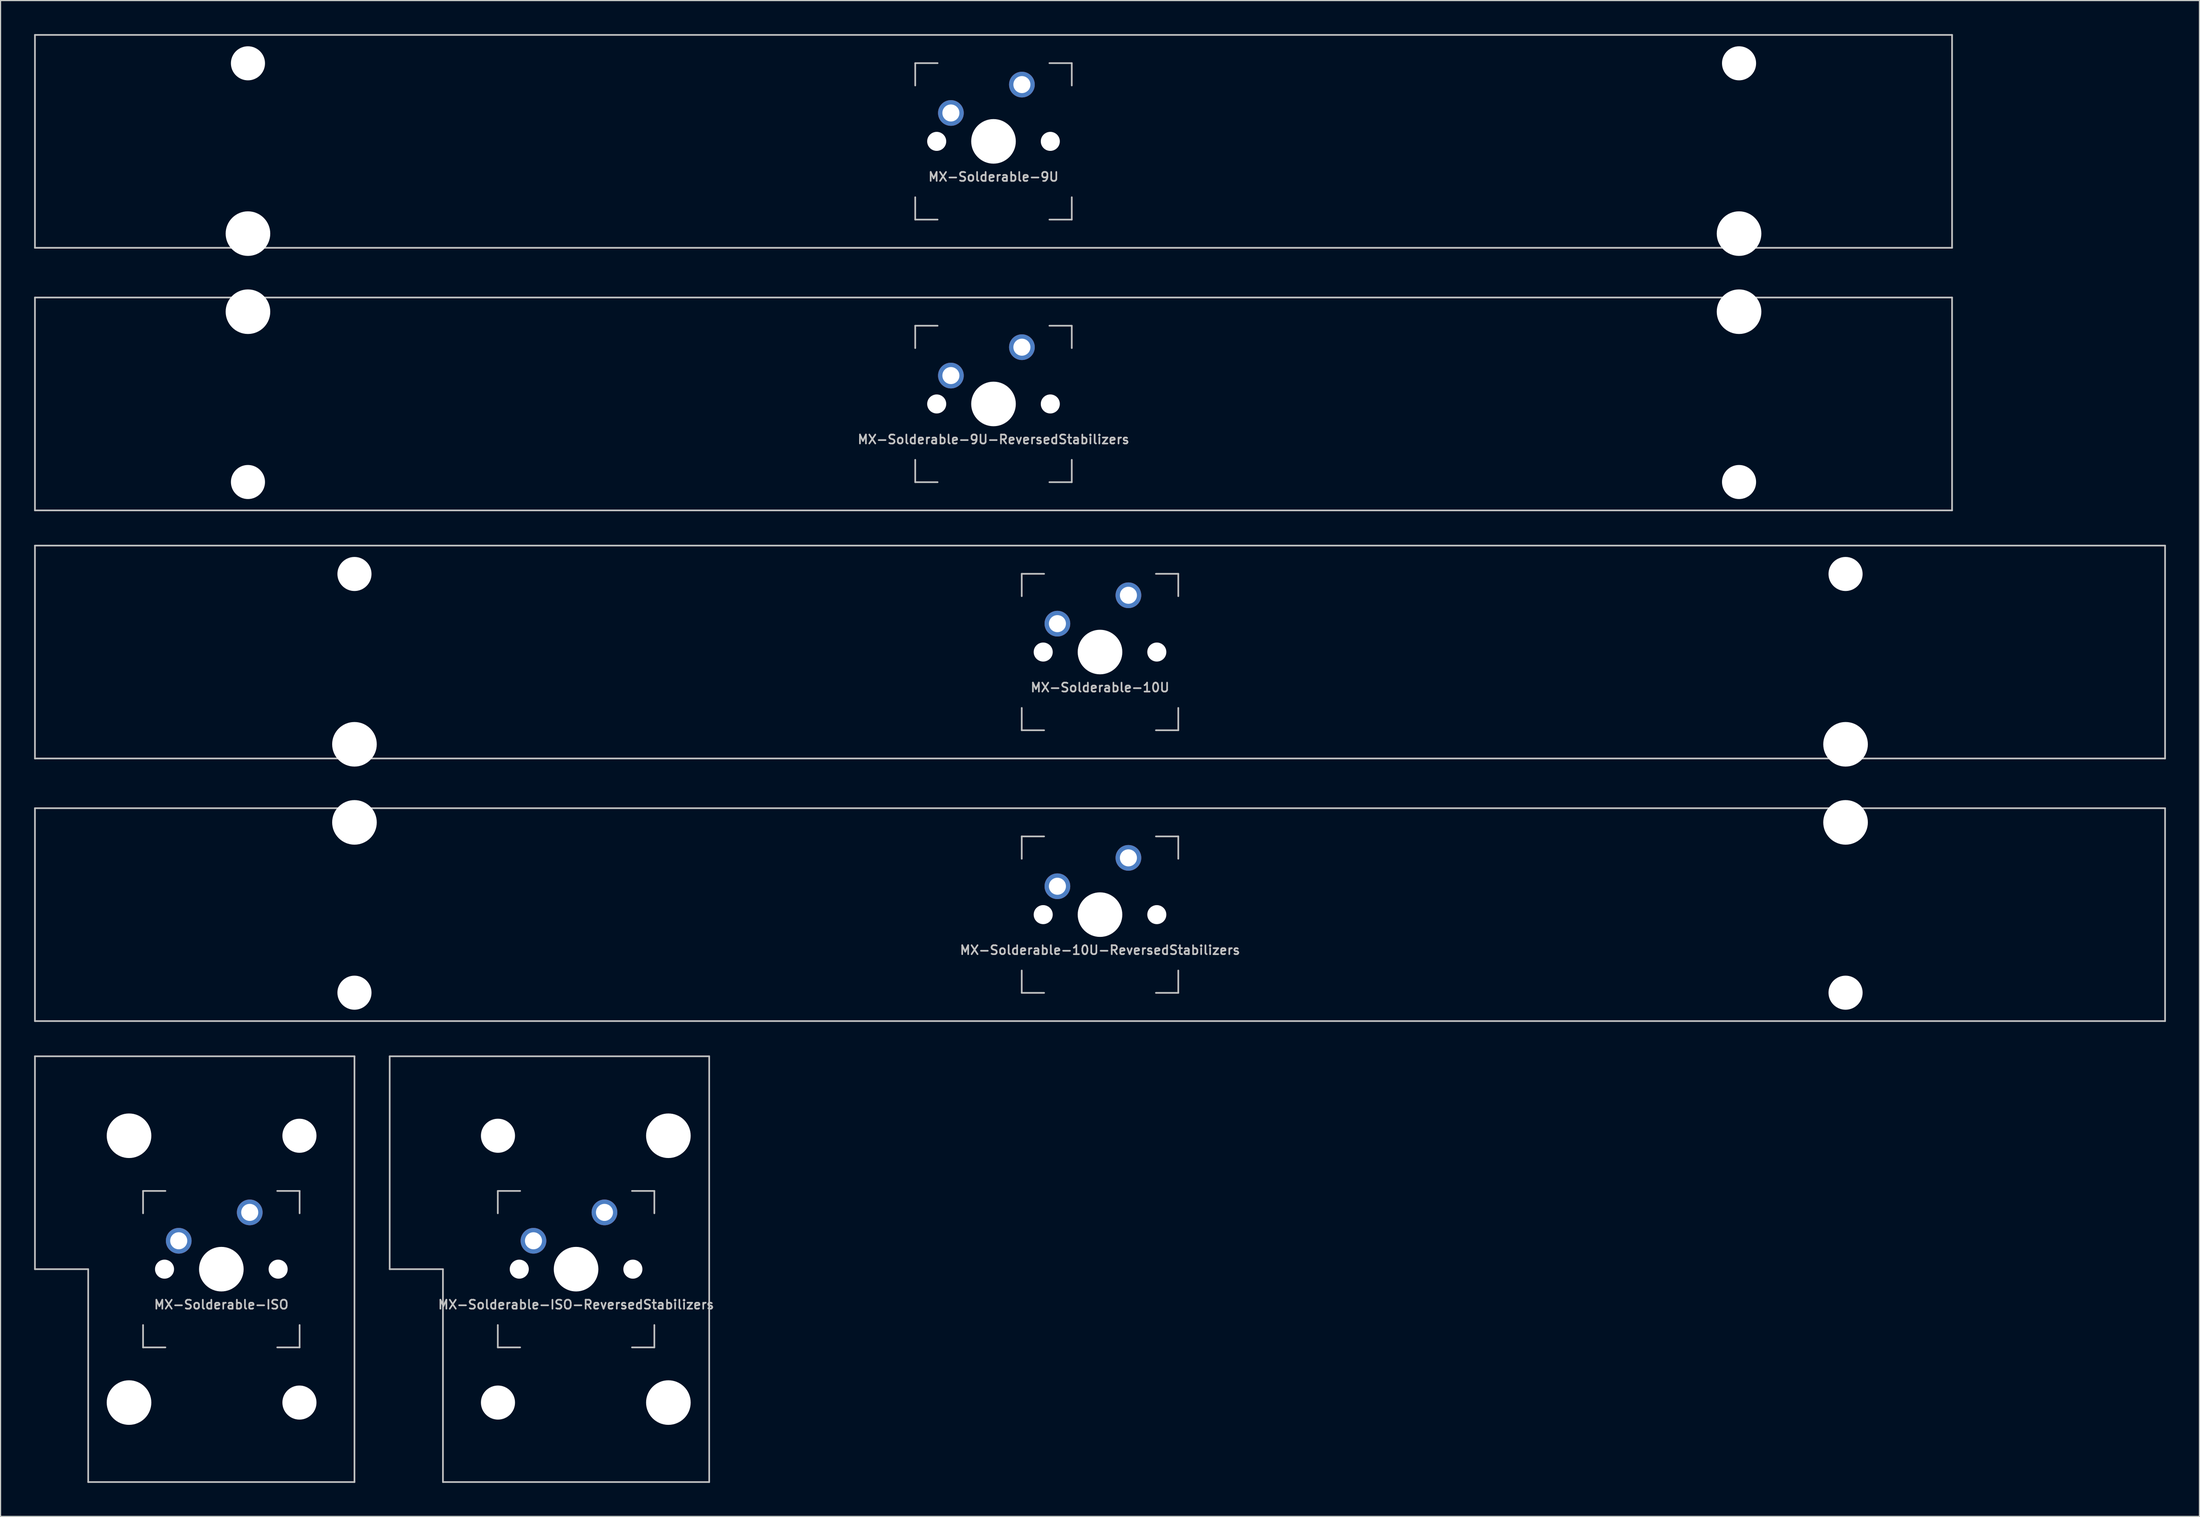
<source format=kicad_pcb>
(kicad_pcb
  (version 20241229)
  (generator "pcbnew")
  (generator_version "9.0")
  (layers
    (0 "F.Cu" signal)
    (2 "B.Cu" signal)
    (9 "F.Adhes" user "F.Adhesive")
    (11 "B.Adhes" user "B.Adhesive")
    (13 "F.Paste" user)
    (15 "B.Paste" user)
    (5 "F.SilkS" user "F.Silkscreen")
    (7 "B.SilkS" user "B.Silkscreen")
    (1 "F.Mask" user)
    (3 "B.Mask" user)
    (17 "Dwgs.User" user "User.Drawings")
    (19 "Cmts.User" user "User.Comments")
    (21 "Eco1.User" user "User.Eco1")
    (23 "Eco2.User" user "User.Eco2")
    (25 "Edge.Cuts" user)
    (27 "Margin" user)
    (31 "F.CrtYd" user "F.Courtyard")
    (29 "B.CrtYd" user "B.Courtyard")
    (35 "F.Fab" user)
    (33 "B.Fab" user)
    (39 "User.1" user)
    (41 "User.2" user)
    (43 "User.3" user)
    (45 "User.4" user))
  (footprint "MX-Solderable-9U-ReversedStabilizers"
    (layer "F.Cu")
    (at 85.8 33.098)
    (property "Reference" "MX-Solderable-9U-ReversedStabilizers" (at 0 3.175 0) (layer "Dwgs.User") (effects (font (size 0.8 0.8) (thickness 0.15))))
    (attr through_hole)
    (fp_line (start -85.725 9.525) (end -85.725 -9.525) (stroke (width 0.15) (type solid)) (layer "Dwgs.User"))
    (fp_line (start -7 -7) (end -7 -5) (stroke (width 0.15) (type solid)) (layer "Dwgs.User"))
    (fp_line (start -7 5) (end -7 7) (stroke (width 0.15) (type solid)) (layer "Dwgs.User"))
    (fp_line (start -7 7) (end -5 7) (stroke (width 0.15) (type solid)) (layer "Dwgs.User"))
    (fp_line (start -5 -7) (end -7 -7) (stroke (width 0.15) (type solid)) (layer "Dwgs.User"))
    (fp_line (start 5 -7) (end 7 -7) (stroke (width 0.15) (type solid)) (layer "Dwgs.User"))
    (fp_line (start 5 7) (end 7 7) (stroke (width 0.15) (type solid)) (layer "Dwgs.User"))
    (fp_line (start 7 -7) (end 7 -5) (stroke (width 0.15) (type solid)) (layer "Dwgs.User"))
    (fp_line (start 7 7) (end 7 5) (stroke (width 0.15) (type solid)) (layer "Dwgs.User"))
    (fp_line (start 85.725 -9.525) (end -85.725 -9.525) (stroke (width 0.15) (type solid)) (layer "Dwgs.User"))
    (fp_line (start 85.725 9.525) (end -85.725 9.525) (stroke (width 0.15) (type solid)) (layer "Dwgs.User"))
    (fp_line (start 85.725 9.525) (end 85.725 -9.525) (stroke (width 0.15) (type solid)) (layer "Dwgs.User"))
    (pad "" np_thru_hole circle (at -66.675 -8.255) (size 3.988 3.988) (drill 3.988) (layers "*.Cu" "*.Mask"))
    (pad "" np_thru_hole circle (at -66.675 6.985) (size 3.048 3.048) (drill 3.048) (layers "*.Cu" "*.Mask"))
    (pad "" np_thru_hole circle (at -5.08 0 48.099) (size 1.702 1.702) (drill 1.702) (layers "*.Cu" "*.Mask"))
    (pad "" np_thru_hole circle (at 0 0) (size 3.988 3.988) (drill 3.988) (layers "*.Cu" "*.Mask"))
    (pad "" np_thru_hole circle (at 5.08 0 48.099) (size 1.702 1.702) (drill 1.702) (layers "*.Cu" "*.Mask"))
    (pad "" np_thru_hole circle (at 66.675 -8.255) (size 3.988 3.988) (drill 3.988) (layers "*.Cu" "*.Mask"))
    (pad "" np_thru_hole circle (at 66.675 6.985) (size 3.048 3.048) (drill 3.048) (layers "*.Cu" "*.Mask"))
    (pad "1" thru_hole circle (at -3.81 -2.54) (size 2.3 2.3) (drill 1.524) (layers "*.Cu" "B.Mask"))
    (pad "2" thru_hole circle (at 2.54 -5.08) (size 2.3 2.3) (drill 1.524) (layers "*.Cu" "B.Mask")))
  (footprint "MX-Solderable-9U"
    (layer "F.Cu")
    (at 85.8 9.6)
    (property "Reference" "MX-Solderable-9U" (at 0 3.175 0) (layer "Dwgs.User") (effects (font (size 0.8 0.8) (thickness 0.15))))
    (attr through_hole)
    (fp_line (start -85.725 9.525) (end -85.725 -9.525) (stroke (width 0.15) (type solid)) (layer "Dwgs.User"))
    (fp_line (start -7 -7) (end -7 -5) (stroke (width 0.15) (type solid)) (layer "Dwgs.User"))
    (fp_line (start -7 5) (end -7 7) (stroke (width 0.15) (type solid)) (layer "Dwgs.User"))
    (fp_line (start -7 7) (end -5 7) (stroke (width 0.15) (type solid)) (layer "Dwgs.User"))
    (fp_line (start -5 -7) (end -7 -7) (stroke (width 0.15) (type solid)) (layer "Dwgs.User"))
    (fp_line (start 5 -7) (end 7 -7) (stroke (width 0.15) (type solid)) (layer "Dwgs.User"))
    (fp_line (start 5 7) (end 7 7) (stroke (width 0.15) (type solid)) (layer "Dwgs.User"))
    (fp_line (start 7 -7) (end 7 -5) (stroke (width 0.15) (type solid)) (layer "Dwgs.User"))
    (fp_line (start 7 7) (end 7 5) (stroke (width 0.15) (type solid)) (layer "Dwgs.User"))
    (fp_line (start 85.725 -9.525) (end -85.725 -9.525) (stroke (width 0.15) (type solid)) (layer "Dwgs.User"))
    (fp_line (start 85.725 9.525) (end -85.725 9.525) (stroke (width 0.15) (type solid)) (layer "Dwgs.User"))
    (fp_line (start 85.725 9.525) (end 85.725 -9.525) (stroke (width 0.15) (type solid)) (layer "Dwgs.User"))
    (pad "" np_thru_hole circle (at -66.675 -6.985) (size 3.048 3.048) (drill 3.048) (layers "*.Cu" "*.Mask"))
    (pad "" np_thru_hole circle (at -66.675 8.255) (size 3.988 3.988) (drill 3.988) (layers "*.Cu" "*.Mask"))
    (pad "" np_thru_hole circle (at -5.08 0 48.099) (size 1.702 1.702) (drill 1.702) (layers "*.Cu" "*.Mask"))
    (pad "" np_thru_hole circle (at 0 0) (size 3.988 3.988) (drill 3.988) (layers "*.Cu" "*.Mask"))
    (pad "" np_thru_hole circle (at 5.08 0 48.099) (size 1.702 1.702) (drill 1.702) (layers "*.Cu" "*.Mask"))
    (pad "" np_thru_hole circle (at 66.675 -6.985) (size 3.048 3.048) (drill 3.048) (layers "*.Cu" "*.Mask"))
    (pad "" np_thru_hole circle (at 66.675 8.255) (size 3.988 3.988) (drill 3.988) (layers "*.Cu" "*.Mask"))
    (pad "1" thru_hole circle (at -3.81 -2.54) (size 2.3 2.3) (drill 1.524) (layers "*.Cu" "B.Mask"))
    (pad "2" thru_hole circle (at 2.54 -5.08) (size 2.3 2.3) (drill 1.524) (layers "*.Cu" "B.Mask")))
  (footprint "MX-Solderable-ISO"
    (layer "F.Cu")
    (at 16.744 110.521)
    (property "Reference" "MX-Solderable-ISO" (at 0 3.175 0) (layer "Dwgs.User") (effects (font (size 0.8 0.8) (thickness 0.15))))
    (attr through_hole)
    (fp_line (start -16.669 -19.05) (end -16.669 0) (stroke (width 0.15) (type solid)) (layer "Dwgs.User"))
    (fp_line (start -16.669 -19.05) (end 11.906 -19.05) (stroke (width 0.15) (type solid)) (layer "Dwgs.User"))
    (fp_line (start -11.906 0) (end -16.669 0) (stroke (width 0.15) (type solid)) (layer "Dwgs.User"))
    (fp_line (start -11.906 19.05) (end -11.906 0) (stroke (width 0.15) (type solid)) (layer "Dwgs.User"))
    (fp_line (start -11.906 19.05) (end 11.906 19.05) (stroke (width 0.15) (type solid)) (layer "Dwgs.User"))
    (fp_line (start -7 -7) (end -7 -5) (stroke (width 0.15) (type solid)) (layer "Dwgs.User"))
    (fp_line (start -7 5) (end -7 7) (stroke (width 0.15) (type solid)) (layer "Dwgs.User"))
    (fp_line (start -7 7) (end -5 7) (stroke (width 0.15) (type solid)) (layer "Dwgs.User"))
    (fp_line (start -5 -7) (end -7 -7) (stroke (width 0.15) (type solid)) (layer "Dwgs.User"))
    (fp_line (start 5 -7) (end 7 -7) (stroke (width 0.15) (type solid)) (layer "Dwgs.User"))
    (fp_line (start 5 7) (end 7 7) (stroke (width 0.15) (type solid)) (layer "Dwgs.User"))
    (fp_line (start 7 -7) (end 7 -5) (stroke (width 0.15) (type solid)) (layer "Dwgs.User"))
    (fp_line (start 7 7) (end 7 5) (stroke (width 0.15) (type solid)) (layer "Dwgs.User"))
    (fp_line (start 11.906 -19.05) (end 11.906 19.05) (stroke (width 0.15) (type solid)) (layer "Dwgs.User"))
    (pad "" np_thru_hole circle (at -8.255 -11.938) (size 3.988 3.988) (drill 3.988) (layers "*.Cu" "*.Mask"))
    (pad "" np_thru_hole circle (at -8.255 11.938) (size 3.988 3.988) (drill 3.988) (layers "*.Cu" "*.Mask"))
    (pad "" np_thru_hole circle (at -5.08 0 48.099) (size 1.702 1.702) (drill 1.702) (layers "*.Cu" "*.Mask"))
    (pad "" np_thru_hole circle (at 0 0) (size 3.988 3.988) (drill 3.988) (layers "*.Cu" "*.Mask"))
    (pad "" np_thru_hole circle (at 5.08 0 48.099) (size 1.702 1.702) (drill 1.702) (layers "*.Cu" "*.Mask"))
    (pad "" np_thru_hole circle (at 6.985 -11.938) (size 3.048 3.048) (drill 3.048) (layers "*.Cu" "*.Mask"))
    (pad "" np_thru_hole circle (at 6.985 11.938) (size 3.048 3.048) (drill 3.048) (layers "*.Cu" "*.Mask"))
    (pad "1" thru_hole circle (at -3.81 -2.54) (size 2.3 2.3) (drill 1.524) (layers "*.Cu" "B.Mask"))
    (pad "2" thru_hole circle (at 2.54 -5.08) (size 2.3 2.3) (drill 1.524) (layers "*.Cu" "B.Mask")))
  (footprint "MX-Solderable-ISO-ReversedStabilizers"
    (layer "F.Cu")
    (at 48.469 110.521)
    (property "Reference" "MX-Solderable-ISO-ReversedStabilizers" (at 0 3.175 0) (layer "Dwgs.User") (effects (font (size 0.8 0.8) (thickness 0.15))))
    (attr through_hole)
    (fp_line (start -16.669 -19.05) (end -16.669 0) (stroke (width 0.15) (type solid)) (layer "Dwgs.User"))
    (fp_line (start -16.669 -19.05) (end 11.906 -19.05) (stroke (width 0.15) (type solid)) (layer "Dwgs.User"))
    (fp_line (start -11.906 0) (end -16.669 0) (stroke (width 0.15) (type solid)) (layer "Dwgs.User"))
    (fp_line (start -11.906 19.05) (end -11.906 0) (stroke (width 0.15) (type solid)) (layer "Dwgs.User"))
    (fp_line (start -11.906 19.05) (end 11.906 19.05) (stroke (width 0.15) (type solid)) (layer "Dwgs.User"))
    (fp_line (start -7 -7) (end -7 -5) (stroke (width 0.15) (type solid)) (layer "Dwgs.User"))
    (fp_line (start -7 5) (end -7 7) (stroke (width 0.15) (type solid)) (layer "Dwgs.User"))
    (fp_line (start -7 7) (end -5 7) (stroke (width 0.15) (type solid)) (layer "Dwgs.User"))
    (fp_line (start -5 -7) (end -7 -7) (stroke (width 0.15) (type solid)) (layer "Dwgs.User"))
    (fp_line (start 5 -7) (end 7 -7) (stroke (width 0.15) (type solid)) (layer "Dwgs.User"))
    (fp_line (start 5 7) (end 7 7) (stroke (width 0.15) (type solid)) (layer "Dwgs.User"))
    (fp_line (start 7 -7) (end 7 -5) (stroke (width 0.15) (type solid)) (layer "Dwgs.User"))
    (fp_line (start 7 7) (end 7 5) (stroke (width 0.15) (type solid)) (layer "Dwgs.User"))
    (fp_line (start 11.906 -19.05) (end 11.906 19.05) (stroke (width 0.15) (type solid)) (layer "Dwgs.User"))
    (pad "" np_thru_hole circle (at -6.985 -11.938) (size 3.048 3.048) (drill 3.048) (layers "*.Cu" "*.Mask"))
    (pad "" np_thru_hole circle (at -6.985 11.938) (size 3.048 3.048) (drill 3.048) (layers "*.Cu" "*.Mask"))
    (pad "" np_thru_hole circle (at -5.08 0 48.099) (size 1.702 1.702) (drill 1.702) (layers "*.Cu" "*.Mask"))
    (pad "" np_thru_hole circle (at 0 0) (size 3.988 3.988) (drill 3.988) (layers "*.Cu" "*.Mask"))
    (pad "" np_thru_hole circle (at 5.08 0 48.099) (size 1.702 1.702) (drill 1.702) (layers "*.Cu" "*.Mask"))
    (pad "" np_thru_hole circle (at 8.255 -11.938) (size 3.988 3.988) (drill 3.988) (layers "*.Cu" "*.Mask"))
    (pad "" np_thru_hole circle (at 8.255 11.938) (size 3.988 3.988) (drill 3.988) (layers "*.Cu" "*.Mask"))
    (pad "1" thru_hole circle (at -3.81 -2.54) (size 2.3 2.3) (drill 1.524) (layers "*.Cu" "B.Mask"))
    (pad "2" thru_hole circle (at 2.54 -5.08) (size 2.3 2.3) (drill 1.524) (layers "*.Cu" "B.Mask")))
  (footprint "MX-Solderable-10U"
    (layer "F.Cu")
    (at 95.325 55.298)
    (property "Reference" "MX-Solderable-10U" (at 0 3.175 0) (layer "Dwgs.User") (effects (font (size 0.8 0.8) (thickness 0.15))))
    (attr through_hole)
    (fp_line (start -95.25 9.525) (end -95.25 -9.525) (stroke (width 0.15) (type solid)) (layer "Dwgs.User"))
    (fp_line (start -7 -7) (end -7 -5) (stroke (width 0.15) (type solid)) (layer "Dwgs.User"))
    (fp_line (start -7 5) (end -7 7) (stroke (width 0.15) (type solid)) (layer "Dwgs.User"))
    (fp_line (start -7 7) (end -5 7) (stroke (width 0.15) (type solid)) (layer "Dwgs.User"))
    (fp_line (start -5 -7) (end -7 -7) (stroke (width 0.15) (type solid)) (layer "Dwgs.User"))
    (fp_line (start 5 -7) (end 7 -7) (stroke (width 0.15) (type solid)) (layer "Dwgs.User"))
    (fp_line (start 5 7) (end 7 7) (stroke (width 0.15) (type solid)) (layer "Dwgs.User"))
    (fp_line (start 7 -7) (end 7 -5) (stroke (width 0.15) (type solid)) (layer "Dwgs.User"))
    (fp_line (start 7 7) (end 7 5) (stroke (width 0.15) (type solid)) (layer "Dwgs.User"))
    (fp_line (start 95.25 -9.525) (end -95.25 -9.525) (stroke (width 0.15) (type solid)) (layer "Dwgs.User"))
    (fp_line (start 95.25 9.525) (end -95.25 9.525) (stroke (width 0.15) (type solid)) (layer "Dwgs.User"))
    (fp_line (start 95.25 9.525) (end 95.25 -9.525) (stroke (width 0.15) (type solid)) (layer "Dwgs.User"))
    (pad "" np_thru_hole circle (at -66.675 -6.985) (size 3.048 3.048) (drill 3.048) (layers "*.Cu" "*.Mask"))
    (pad "" np_thru_hole circle (at -66.675 8.255) (size 3.988 3.988) (drill 3.988) (layers "*.Cu" "*.Mask"))
    (pad "" np_thru_hole circle (at -5.08 0 48.099) (size 1.702 1.702) (drill 1.702) (layers "*.Cu" "*.Mask"))
    (pad "" np_thru_hole circle (at 0 0) (size 3.988 3.988) (drill 3.988) (layers "*.Cu" "*.Mask"))
    (pad "" np_thru_hole circle (at 5.08 0 48.099) (size 1.702 1.702) (drill 1.702) (layers "*.Cu" "*.Mask"))
    (pad "" np_thru_hole circle (at 66.675 -6.985) (size 3.048 3.048) (drill 3.048) (layers "*.Cu" "*.Mask"))
    (pad "" np_thru_hole circle (at 66.675 8.255) (size 3.988 3.988) (drill 3.988) (layers "*.Cu" "*.Mask"))
    (pad "1" thru_hole circle (at -3.81 -2.54) (size 2.3 2.3) (drill 1.524) (layers "*.Cu" "B.Mask"))
    (pad "2" thru_hole circle (at 2.54 -5.08) (size 2.3 2.3) (drill 1.524) (layers "*.Cu" "B.Mask")))
  (footprint "MX-Solderable-10U-ReversedStabilizers"
    (layer "F.Cu")
    (at 95.325 78.796)
    (property "Reference" "MX-Solderable-10U-ReversedStabilizers" (at 0 3.175 0) (layer "Dwgs.User") (effects (font (size 0.8 0.8) (thickness 0.15))))
    (attr through_hole)
    (fp_line (start -95.25 9.525) (end -95.25 -9.525) (stroke (width 0.15) (type solid)) (layer "Dwgs.User"))
    (fp_line (start -7 -7) (end -7 -5) (stroke (width 0.15) (type solid)) (layer "Dwgs.User"))
    (fp_line (start -7 5) (end -7 7) (stroke (width 0.15) (type solid)) (layer "Dwgs.User"))
    (fp_line (start -7 7) (end -5 7) (stroke (width 0.15) (type solid)) (layer "Dwgs.User"))
    (fp_line (start -5 -7) (end -7 -7) (stroke (width 0.15) (type solid)) (layer "Dwgs.User"))
    (fp_line (start 5 -7) (end 7 -7) (stroke (width 0.15) (type solid)) (layer "Dwgs.User"))
    (fp_line (start 5 7) (end 7 7) (stroke (width 0.15) (type solid)) (layer "Dwgs.User"))
    (fp_line (start 7 -7) (end 7 -5) (stroke (width 0.15) (type solid)) (layer "Dwgs.User"))
    (fp_line (start 7 7) (end 7 5) (stroke (width 0.15) (type solid)) (layer "Dwgs.User"))
    (fp_line (start 95.25 -9.525) (end -95.25 -9.525) (stroke (width 0.15) (type solid)) (layer "Dwgs.User"))
    (fp_line (start 95.25 9.525) (end -95.25 9.525) (stroke (width 0.15) (type solid)) (layer "Dwgs.User"))
    (fp_line (start 95.25 9.525) (end 95.25 -9.525) (stroke (width 0.15) (type solid)) (layer "Dwgs.User"))
    (pad "" np_thru_hole circle (at -66.675 -8.255) (size 3.988 3.988) (drill 3.988) (layers "*.Cu" "*.Mask"))
    (pad "" np_thru_hole circle (at -66.675 6.985) (size 3.048 3.048) (drill 3.048) (layers "*.Cu" "*.Mask"))
    (pad "" np_thru_hole circle (at -5.08 0 48.099) (size 1.702 1.702) (drill 1.702) (layers "*.Cu" "*.Mask"))
    (pad "" np_thru_hole circle (at 0 0) (size 3.988 3.988) (drill 3.988) (layers "*.Cu" "*.Mask"))
    (pad "" np_thru_hole circle (at 5.08 0 48.099) (size 1.702 1.702) (drill 1.702) (layers "*.Cu" "*.Mask"))
    (pad "" np_thru_hole circle (at 66.675 -8.255) (size 3.988 3.988) (drill 3.988) (layers "*.Cu" "*.Mask"))
    (pad "" np_thru_hole circle (at 66.675 6.985) (size 3.048 3.048) (drill 3.048) (layers "*.Cu" "*.Mask"))
    (pad "1" thru_hole circle (at -3.81 -2.54) (size 2.3 2.3) (drill 1.524) (layers "*.Cu" "B.Mask"))
    (pad "2" thru_hole circle (at 2.54 -5.08) (size 2.3 2.3) (drill 1.524) (layers "*.Cu" "B.Mask")))
  (gr_rect
    (start -3 -3)
    (end 193.65 132.646)
    (stroke (width 0.1) (type default))
    (fill no)
    (layer "Edge.Cuts")))
</source>
